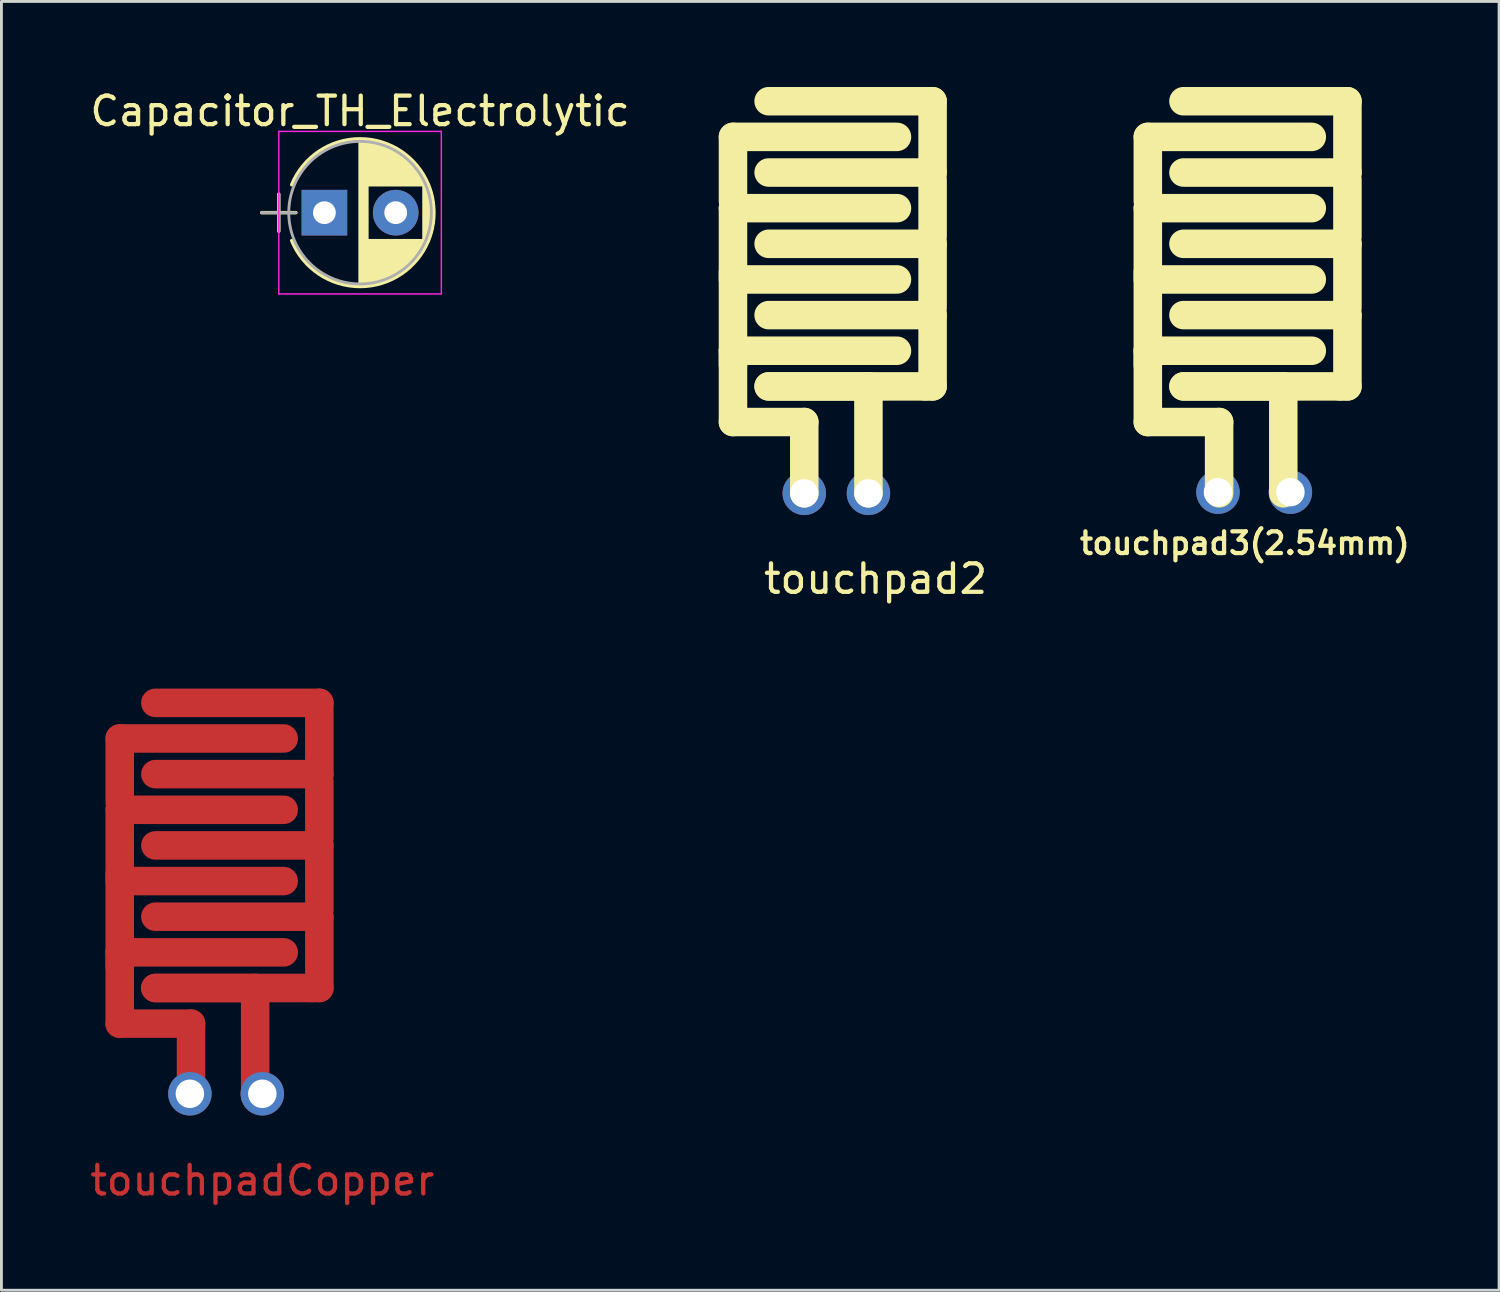
<source format=kicad_pcb>
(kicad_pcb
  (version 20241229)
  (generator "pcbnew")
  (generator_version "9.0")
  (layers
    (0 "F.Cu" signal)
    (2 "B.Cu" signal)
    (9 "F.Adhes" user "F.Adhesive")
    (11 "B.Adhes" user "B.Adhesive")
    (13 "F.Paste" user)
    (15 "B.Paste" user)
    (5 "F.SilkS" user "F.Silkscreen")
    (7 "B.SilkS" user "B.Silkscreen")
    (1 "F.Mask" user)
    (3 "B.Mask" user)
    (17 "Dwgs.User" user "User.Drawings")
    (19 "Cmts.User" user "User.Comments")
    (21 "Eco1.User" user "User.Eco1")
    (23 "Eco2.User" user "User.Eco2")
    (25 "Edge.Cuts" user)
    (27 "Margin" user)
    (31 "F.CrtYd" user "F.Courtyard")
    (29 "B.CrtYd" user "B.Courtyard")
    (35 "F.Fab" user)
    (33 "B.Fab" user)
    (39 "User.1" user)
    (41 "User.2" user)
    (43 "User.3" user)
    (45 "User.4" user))
  (footprint "touchpad2"
    (layer "F.Cu")
    (at 27.655 16.75)
    (property "Reference" "touchpad2" (at 0 0.5 0) (layer "F.SilkS") (effects (font (size 1 1) (thickness 0.15))))
    (attr through_hole)
    (fp_line (start -5 -15) (end 0.75 -15) (stroke (width 1) (type solid)) (layer "F.SilkS"))
    (fp_line (start -5 -12.75) (end -5 -15) (stroke (width 1) (type solid)) (layer "F.SilkS"))
    (fp_line (start -5 -12.5) (end 0.75 -12.5) (stroke (width 1) (type solid)) (layer "F.SilkS"))
    (fp_line (start -5 -10) (end -5 -12.5) (stroke (width 1) (type solid)) (layer "F.SilkS"))
    (fp_line (start -5 -7.5) (end 0.75 -7.5) (stroke (width 1) (type solid)) (layer "F.SilkS"))
    (fp_line (start -5 -7) (end -5 -10.25) (stroke (width 1) (type solid)) (layer "F.SilkS"))
    (fp_line (start -5 -5) (end -5 -7.5) (stroke (width 1) (type solid)) (layer "F.SilkS"))
    (fp_line (start -3.75 -8.75) (end 2 -8.75) (stroke (width 1) (type solid)) (layer "F.SilkS"))
    (fp_line (start -3.75 -6.25) (end 1.75 -6.25) (stroke (width 1) (type solid)) (layer "F.SilkS"))
    (fp_line (start -2.5 -5) (end -5 -5) (stroke (width 1) (type solid)) (layer "F.SilkS"))
    (fp_line (start -2.5 -2.5) (end -2.5 -5) (stroke (width 1) (type solid)) (layer "F.SilkS"))
    (fp_line (start -0.25 -6.25) (end -3.75 -6.25) (stroke (width 1) (type solid)) (layer "F.SilkS"))
    (fp_line (start -0.25 -2.5) (end -0.25 -6.25) (stroke (width 1) (type solid)) (layer "F.SilkS"))
    (fp_line (start 0.75 -10) (end -4.75 -10) (stroke (width 1) (type solid)) (layer "F.SilkS"))
    (fp_line (start 1.75 -6.25) (end 2 -6.25) (stroke (width 1) (type solid)) (layer "F.SilkS"))
    (fp_line (start 2 -16.25) (end -3.75 -16.25) (stroke (width 1) (type solid)) (layer "F.SilkS"))
    (fp_line (start 2 -13.75) (end -3.75 -13.75) (stroke (width 1) (type solid)) (layer "F.SilkS"))
    (fp_line (start 2 -13.75) (end 2 -16.25) (stroke (width 1) (type solid)) (layer "F.SilkS"))
    (fp_line (start 2 -11.5) (end 2 -13.5) (stroke (width 1) (type solid)) (layer "F.SilkS"))
    (fp_line (start 2 -11.25) (end -3.75 -11.25) (stroke (width 1) (type solid)) (layer "F.SilkS"))
    (fp_line (start 2 -9) (end 2 -11.25) (stroke (width 1) (type solid)) (layer "F.SilkS"))
    (fp_line (start 2 -6.25) (end 2 -8.75) (stroke (width 1) (type solid)) (layer "F.SilkS"))
    (pad "2" thru_hole circle (at -2.5 -2.5 0.05) (size 1.524 1.524) (drill 1) (layers "*.Cu" "*.Mask"))
    (pad "3" thru_hole circle (at -0.25 -2.5 0.05) (size 1.524 1.524) (drill 1) (layers "*.Cu" "*.Mask")))
  (footprint "touchpad3(2.54mm)"
    (layer "F.Cu")
    (at 42.203 16.75)
    (property "Reference" "touchpad3(2.54mm)" (at -1.6 -0.75 0) (layer "F.SilkS") (effects (font (size 0.762 0.762) (thickness 0.15))))
    (attr through_hole)
    (fp_line (start -5 -15) (end 0.75 -15) (stroke (width 1) (type solid)) (layer "F.SilkS"))
    (fp_line (start -5 -12.75) (end -5 -15) (stroke (width 1) (type solid)) (layer "F.SilkS"))
    (fp_line (start -5 -12.5) (end 0.75 -12.5) (stroke (width 1) (type solid)) (layer "F.SilkS"))
    (fp_line (start -5 -10) (end -5 -12.5) (stroke (width 1) (type solid)) (layer "F.SilkS"))
    (fp_line (start -5 -7.5) (end 0.75 -7.5) (stroke (width 1) (type solid)) (layer "F.SilkS"))
    (fp_line (start -5 -7) (end -5 -10.25) (stroke (width 1) (type solid)) (layer "F.SilkS"))
    (fp_line (start -5 -5) (end -5 -7.5) (stroke (width 1) (type solid)) (layer "F.SilkS"))
    (fp_line (start -3.75 -8.75) (end 2 -8.75) (stroke (width 1) (type solid)) (layer "F.SilkS"))
    (fp_line (start -3.75 -6.25) (end 1.75 -6.25) (stroke (width 1) (type solid)) (layer "F.SilkS"))
    (fp_line (start -2.5 -5) (end -5 -5) (stroke (width 1) (type solid)) (layer "F.SilkS"))
    (fp_line (start -2.5 -2.5) (end -2.5 -5) (stroke (width 1) (type solid)) (layer "F.SilkS"))
    (fp_line (start -0.25 -6.25) (end -3.75 -6.25) (stroke (width 1) (type solid)) (layer "F.SilkS"))
    (fp_line (start -0.25 -2.5) (end -0.25 -6.25) (stroke (width 1) (type solid)) (layer "F.SilkS"))
    (fp_line (start 0.75 -10) (end -4.75 -10) (stroke (width 1) (type solid)) (layer "F.SilkS"))
    (fp_line (start 1.75 -6.25) (end 2 -6.25) (stroke (width 1) (type solid)) (layer "F.SilkS"))
    (fp_line (start 2 -16.25) (end -3.75 -16.25) (stroke (width 1) (type solid)) (layer "F.SilkS"))
    (fp_line (start 2 -13.75) (end -3.75 -13.75) (stroke (width 1) (type solid)) (layer "F.SilkS"))
    (fp_line (start 2 -13.75) (end 2 -16.25) (stroke (width 1) (type solid)) (layer "F.SilkS"))
    (fp_line (start 2 -11.5) (end 2 -13.5) (stroke (width 1) (type solid)) (layer "F.SilkS"))
    (fp_line (start 2 -11.25) (end -3.75 -11.25) (stroke (width 1) (type solid)) (layer "F.SilkS"))
    (fp_line (start 2 -9) (end 2 -11.25) (stroke (width 1) (type solid)) (layer "F.SilkS"))
    (fp_line (start 2 -6.25) (end 2 -8.75) (stroke (width 1) (type solid)) (layer "F.SilkS"))
    (pad "1" thru_hole circle (at 0 -2.54 0.05) (size 1.524 1.524) (drill 1) (layers "*.Cu" "*.Mask"))
    (pad "2" thru_hole circle (at -2.54 -2.54 0.05) (size 1.524 1.524) (drill 1) (layers "*.Cu" "*.Mask")))
  (footprint "Capacitor_TH_Electrolytic"
    (layer "F.Cu")
    (at 8.327 4.408)
    (property "Reference" "Capacitor_TH_Electrolytic" (at 1.25 -3.56 0) (layer "F.SilkS") (effects (font (size 1 1) (thickness 0.15))))
    (attr through_hole)
    (fp_line (start -2.2 0) (end -1 0) (stroke (width 0.12) (type solid)) (layer "F.SilkS"))
    (fp_line (start -1.6 -0.65) (end -1.6 0.65) (stroke (width 0.12) (type solid)) (layer "F.SilkS"))
    (fp_line (start 1.25 -2.55) (end 1.25 2.55) (stroke (width 0.12) (type solid)) (layer "F.SilkS"))
    (fp_line (start 1.29 -2.55) (end 1.29 2.55) (stroke (width 0.12) (type solid)) (layer "F.SilkS"))
    (fp_line (start 1.33 -2.549) (end 1.33 2.549) (stroke (width 0.12) (type solid)) (layer "F.SilkS"))
    (fp_line (start 1.37 -2.548) (end 1.37 2.548) (stroke (width 0.12) (type solid)) (layer "F.SilkS"))
    (fp_line (start 1.41 -2.546) (end 1.41 2.546) (stroke (width 0.12) (type solid)) (layer "F.SilkS"))
    (fp_line (start 1.45 -2.543) (end 1.45 2.543) (stroke (width 0.12) (type solid)) (layer "F.SilkS"))
    (fp_line (start 1.49 -2.539) (end 1.49 2.539) (stroke (width 0.12) (type solid)) (layer "F.SilkS"))
    (fp_line (start 1.53 -2.535) (end 1.53 -0.98) (stroke (width 0.12) (type solid)) (layer "F.SilkS"))
    (fp_line (start 1.53 0.98) (end 1.53 2.535) (stroke (width 0.12) (type solid)) (layer "F.SilkS"))
    (fp_line (start 1.57 -2.531) (end 1.57 -0.98) (stroke (width 0.12) (type solid)) (layer "F.SilkS"))
    (fp_line (start 1.57 0.98) (end 1.57 2.531) (stroke (width 0.12) (type solid)) (layer "F.SilkS"))
    (fp_line (start 1.61 -2.525) (end 1.61 -0.98) (stroke (width 0.12) (type solid)) (layer "F.SilkS"))
    (fp_line (start 1.61 0.98) (end 1.61 2.525) (stroke (width 0.12) (type solid)) (layer "F.SilkS"))
    (fp_line (start 1.65 -2.519) (end 1.65 -0.98) (stroke (width 0.12) (type solid)) (layer "F.SilkS"))
    (fp_line (start 1.65 0.98) (end 1.65 2.519) (stroke (width 0.12) (type solid)) (layer "F.SilkS"))
    (fp_line (start 1.69 -2.513) (end 1.69 -0.98) (stroke (width 0.12) (type solid)) (layer "F.SilkS"))
    (fp_line (start 1.69 0.98) (end 1.69 2.513) (stroke (width 0.12) (type solid)) (layer "F.SilkS"))
    (fp_line (start 1.73 -2.506) (end 1.73 -0.98) (stroke (width 0.12) (type solid)) (layer "F.SilkS"))
    (fp_line (start 1.73 0.98) (end 1.73 2.506) (stroke (width 0.12) (type solid)) (layer "F.SilkS"))
    (fp_line (start 1.77 -2.498) (end 1.77 -0.98) (stroke (width 0.12) (type solid)) (layer "F.SilkS"))
    (fp_line (start 1.77 0.98) (end 1.77 2.498) (stroke (width 0.12) (type solid)) (layer "F.SilkS"))
    (fp_line (start 1.81 -2.489) (end 1.81 -0.98) (stroke (width 0.12) (type solid)) (layer "F.SilkS"))
    (fp_line (start 1.81 0.98) (end 1.81 2.489) (stroke (width 0.12) (type solid)) (layer "F.SilkS"))
    (fp_line (start 1.85 -2.48) (end 1.85 -0.98) (stroke (width 0.12) (type solid)) (layer "F.SilkS"))
    (fp_line (start 1.85 0.98) (end 1.85 2.48) (stroke (width 0.12) (type solid)) (layer "F.SilkS"))
    (fp_line (start 1.89 -2.47) (end 1.89 -0.98) (stroke (width 0.12) (type solid)) (layer "F.SilkS"))
    (fp_line (start 1.89 0.98) (end 1.89 2.47) (stroke (width 0.12) (type solid)) (layer "F.SilkS"))
    (fp_line (start 1.93 -2.46) (end 1.93 -0.98) (stroke (width 0.12) (type solid)) (layer "F.SilkS"))
    (fp_line (start 1.93 0.98) (end 1.93 2.46) (stroke (width 0.12) (type solid)) (layer "F.SilkS"))
    (fp_line (start 1.971 -2.448) (end 1.971 -0.98) (stroke (width 0.12) (type solid)) (layer "F.SilkS"))
    (fp_line (start 1.971 0.98) (end 1.971 2.448) (stroke (width 0.12) (type solid)) (layer "F.SilkS"))
    (fp_line (start 2.011 -2.436) (end 2.011 -0.98) (stroke (width 0.12) (type solid)) (layer "F.SilkS"))
    (fp_line (start 2.011 0.98) (end 2.011 2.436) (stroke (width 0.12) (type solid)) (layer "F.SilkS"))
    (fp_line (start 2.051 -2.424) (end 2.051 -0.98) (stroke (width 0.12) (type solid)) (layer "F.SilkS"))
    (fp_line (start 2.051 0.98) (end 2.051 2.424) (stroke (width 0.12) (type solid)) (layer "F.SilkS"))
    (fp_line (start 2.091 -2.41) (end 2.091 -0.98) (stroke (width 0.12) (type solid)) (layer "F.SilkS"))
    (fp_line (start 2.091 0.98) (end 2.091 2.41) (stroke (width 0.12) (type solid)) (layer "F.SilkS"))
    (fp_line (start 2.131 -2.396) (end 2.131 -0.98) (stroke (width 0.12) (type solid)) (layer "F.SilkS"))
    (fp_line (start 2.131 0.98) (end 2.131 2.396) (stroke (width 0.12) (type solid)) (layer "F.SilkS"))
    (fp_line (start 2.171 -2.382) (end 2.171 -0.98) (stroke (width 0.12) (type solid)) (layer "F.SilkS"))
    (fp_line (start 2.171 0.98) (end 2.171 2.382) (stroke (width 0.12) (type solid)) (layer "F.SilkS"))
    (fp_line (start 2.211 -2.366) (end 2.211 -0.98) (stroke (width 0.12) (type solid)) (layer "F.SilkS"))
    (fp_line (start 2.211 0.98) (end 2.211 2.366) (stroke (width 0.12) (type solid)) (layer "F.SilkS"))
    (fp_line (start 2.251 -2.35) (end 2.251 -0.98) (stroke (width 0.12) (type solid)) (layer "F.SilkS"))
    (fp_line (start 2.251 0.98) (end 2.251 2.35) (stroke (width 0.12) (type solid)) (layer "F.SilkS"))
    (fp_line (start 2.291 -2.333) (end 2.291 -0.98) (stroke (width 0.12) (type solid)) (layer "F.SilkS"))
    (fp_line (start 2.291 0.98) (end 2.291 2.333) (stroke (width 0.12) (type solid)) (layer "F.SilkS"))
    (fp_line (start 2.331 -2.315) (end 2.331 -0.98) (stroke (width 0.12) (type solid)) (layer "F.SilkS"))
    (fp_line (start 2.331 0.98) (end 2.331 2.315) (stroke (width 0.12) (type solid)) (layer "F.SilkS"))
    (fp_line (start 2.371 -2.296) (end 2.371 -0.98) (stroke (width 0.12) (type solid)) (layer "F.SilkS"))
    (fp_line (start 2.371 0.98) (end 2.371 2.296) (stroke (width 0.12) (type solid)) (layer "F.SilkS"))
    (fp_line (start 2.411 -2.276) (end 2.411 -0.98) (stroke (width 0.12) (type solid)) (layer "F.SilkS"))
    (fp_line (start 2.411 0.98) (end 2.411 2.276) (stroke (width 0.12) (type solid)) (layer "F.SilkS"))
    (fp_line (start 2.451 -2.256) (end 2.451 -0.98) (stroke (width 0.12) (type solid)) (layer "F.SilkS"))
    (fp_line (start 2.451 0.98) (end 2.451 2.256) (stroke (width 0.12) (type solid)) (layer "F.SilkS"))
    (fp_line (start 2.491 -2.234) (end 2.491 -0.98) (stroke (width 0.12) (type solid)) (layer "F.SilkS"))
    (fp_line (start 2.491 0.98) (end 2.491 2.234) (stroke (width 0.12) (type solid)) (layer "F.SilkS"))
    (fp_line (start 2.531 -2.212) (end 2.531 -0.98) (stroke (width 0.12) (type solid)) (layer "F.SilkS"))
    (fp_line (start 2.531 0.98) (end 2.531 2.212) (stroke (width 0.12) (type solid)) (layer "F.SilkS"))
    (fp_line (start 2.571 -2.189) (end 2.571 -0.98) (stroke (width 0.12) (type solid)) (layer "F.SilkS"))
    (fp_line (start 2.571 0.98) (end 2.571 2.189) (stroke (width 0.12) (type solid)) (layer "F.SilkS"))
    (fp_line (start 2.611 -2.165) (end 2.611 -0.98) (stroke (width 0.12) (type solid)) (layer "F.SilkS"))
    (fp_line (start 2.611 0.98) (end 2.611 2.165) (stroke (width 0.12) (type solid)) (layer "F.SilkS"))
    (fp_line (start 2.651 -2.14) (end 2.651 -0.98) (stroke (width 0.12) (type solid)) (layer "F.SilkS"))
    (fp_line (start 2.651 0.98) (end 2.651 2.14) (stroke (width 0.12) (type solid)) (layer "F.SilkS"))
    (fp_line (start 2.691 -2.113) (end 2.691 -0.98) (stroke (width 0.12) (type solid)) (layer "F.SilkS"))
    (fp_line (start 2.691 0.98) (end 2.691 2.113) (stroke (width 0.12) (type solid)) (layer "F.SilkS"))
    (fp_line (start 2.731 -2.086) (end 2.731 -0.98) (stroke (width 0.12) (type solid)) (layer "F.SilkS"))
    (fp_line (start 2.731 0.98) (end 2.731 2.086) (stroke (width 0.12) (type solid)) (layer "F.SilkS"))
    (fp_line (start 2.771 -2.058) (end 2.771 -0.98) (stroke (width 0.12) (type solid)) (layer "F.SilkS"))
    (fp_line (start 2.771 0.98) (end 2.771 2.058) (stroke (width 0.12) (type solid)) (layer "F.SilkS"))
    (fp_line (start 2.811 -2.028) (end 2.811 -0.98) (stroke (width 0.12) (type solid)) (layer "F.SilkS"))
    (fp_line (start 2.811 0.98) (end 2.811 2.028) (stroke (width 0.12) (type solid)) (layer "F.SilkS"))
    (fp_line (start 2.851 -1.997) (end 2.851 -0.98) (stroke (width 0.12) (type solid)) (layer "F.SilkS"))
    (fp_line (start 2.851 0.98) (end 2.851 1.997) (stroke (width 0.12) (type solid)) (layer "F.SilkS"))
    (fp_line (start 2.891 -1.965) (end 2.891 -0.98) (stroke (width 0.12) (type solid)) (layer "F.SilkS"))
    (fp_line (start 2.891 0.98) (end 2.891 1.965) (stroke (width 0.12) (type solid)) (layer "F.SilkS"))
    (fp_line (start 2.931 -1.932) (end 2.931 -0.98) (stroke (width 0.12) (type solid)) (layer "F.SilkS"))
    (fp_line (start 2.931 0.98) (end 2.931 1.932) (stroke (width 0.12) (type solid)) (layer "F.SilkS"))
    (fp_line (start 2.971 -1.897) (end 2.971 -0.98) (stroke (width 0.12) (type solid)) (layer "F.SilkS"))
    (fp_line (start 2.971 0.98) (end 2.971 1.897) (stroke (width 0.12) (type solid)) (layer "F.SilkS"))
    (fp_line (start 3.011 -1.861) (end 3.011 -0.98) (stroke (width 0.12) (type solid)) (layer "F.SilkS"))
    (fp_line (start 3.011 0.98) (end 3.011 1.861) (stroke (width 0.12) (type solid)) (layer "F.SilkS"))
    (fp_line (start 3.051 -1.823) (end 3.051 -0.98) (stroke (width 0.12) (type solid)) (layer "F.SilkS"))
    (fp_line (start 3.051 0.98) (end 3.051 1.823) (stroke (width 0.12) (type solid)) (layer "F.SilkS"))
    (fp_line (start 3.091 -1.783) (end 3.091 -0.98) (stroke (width 0.12) (type solid)) (layer "F.SilkS"))
    (fp_line (start 3.091 0.98) (end 3.091 1.783) (stroke (width 0.12) (type solid)) (layer "F.SilkS"))
    (fp_line (start 3.131 -1.742) (end 3.131 -0.98) (stroke (width 0.12) (type solid)) (layer "F.SilkS"))
    (fp_line (start 3.131 0.98) (end 3.131 1.742) (stroke (width 0.12) (type solid)) (layer "F.SilkS"))
    (fp_line (start 3.171 -1.699) (end 3.171 -0.98) (stroke (width 0.12) (type solid)) (layer "F.SilkS"))
    (fp_line (start 3.171 0.98) (end 3.171 1.699) (stroke (width 0.12) (type solid)) (layer "F.SilkS"))
    (fp_line (start 3.211 -1.654) (end 3.211 -0.98) (stroke (width 0.12) (type solid)) (layer "F.SilkS"))
    (fp_line (start 3.211 0.98) (end 3.211 1.654) (stroke (width 0.12) (type solid)) (layer "F.SilkS"))
    (fp_line (start 3.251 -1.606) (end 3.251 -0.98) (stroke (width 0.12) (type solid)) (layer "F.SilkS"))
    (fp_line (start 3.251 0.98) (end 3.251 1.606) (stroke (width 0.12) (type solid)) (layer "F.SilkS"))
    (fp_line (start 3.291 -1.556) (end 3.291 -0.98) (stroke (width 0.12) (type solid)) (layer "F.SilkS"))
    (fp_line (start 3.291 0.98) (end 3.291 1.556) (stroke (width 0.12) (type solid)) (layer "F.SilkS"))
    (fp_line (start 3.331 -1.504) (end 3.331 -0.98) (stroke (width 0.12) (type solid)) (layer "F.SilkS"))
    (fp_line (start 3.331 0.98) (end 3.331 1.504) (stroke (width 0.12) (type solid)) (layer "F.SilkS"))
    (fp_line (start 3.371 -1.448) (end 3.371 -0.98) (stroke (width 0.12) (type solid)) (layer "F.SilkS"))
    (fp_line (start 3.371 0.98) (end 3.371 1.448) (stroke (width 0.12) (type solid)) (layer "F.SilkS"))
    (fp_line (start 3.411 -1.39) (end 3.411 -0.98) (stroke (width 0.12) (type solid)) (layer "F.SilkS"))
    (fp_line (start 3.411 0.98) (end 3.411 1.39) (stroke (width 0.12) (type solid)) (layer "F.SilkS"))
    (fp_line (start 3.451 -1.327) (end 3.451 -0.98) (stroke (width 0.12) (type solid)) (layer "F.SilkS"))
    (fp_line (start 3.451 0.98) (end 3.451 1.327) (stroke (width 0.12) (type solid)) (layer "F.SilkS"))
    (fp_line (start 3.491 -1.261) (end 3.491 1.261) (stroke (width 0.12) (type solid)) (layer "F.SilkS"))
    (fp_line (start 3.531 -1.189) (end 3.531 1.189) (stroke (width 0.12) (type solid)) (layer "F.SilkS"))
    (fp_line (start 3.571 -1.112) (end 3.571 1.112) (stroke (width 0.12) (type solid)) (layer "F.SilkS"))
    (fp_line (start 3.611 -1.028) (end 3.611 1.028) (stroke (width 0.12) (type solid)) (layer "F.SilkS"))
    (fp_line (start 3.651 -0.934) (end 3.651 0.934) (stroke (width 0.12) (type solid)) (layer "F.SilkS"))
    (fp_line (start 3.691 -0.829) (end 3.691 0.829) (stroke (width 0.12) (type solid)) (layer "F.SilkS"))
    (fp_line (start 3.731 -0.707) (end 3.731 0.707) (stroke (width 0.12) (type solid)) (layer "F.SilkS"))
    (fp_line (start 3.771 -0.559) (end 3.771 0.559) (stroke (width 0.12) (type solid)) (layer "F.SilkS"))
    (fp_line (start 3.811 -0.354) (end 3.811 0.354) (stroke (width 0.12) (type solid)) (layer "F.SilkS"))
    (fp_arc (start -1.147436 -0.98) (mid 1.249244 -2.59) (end 3.646863 -0.9814) (stroke (width 0.12) (type solid)) (layer "F.SilkS"))
    (fp_arc (start 3.646863 0.9814) (mid 1.249244 2.59) (end -1.147436 0.98) (stroke (width 0.12) (type solid)) (layer "F.SilkS"))
    (fp_arc (start 3.647436 -0.98) (mid 3.84 0.000756) (end 3.646863 0.9814) (stroke (width 0.12) (type solid)) (layer "F.SilkS"))
    (fp_line (start -1.6 -2.85) (end -1.6 2.85) (stroke (width 0.05) (type solid)) (layer "F.CrtYd"))
    (fp_line (start -1.6 2.85) (end 4.1 2.85) (stroke (width 0.05) (type solid)) (layer "F.CrtYd"))
    (fp_line (start 4.1 -2.85) (end -1.6 -2.85) (stroke (width 0.05) (type solid)) (layer "F.CrtYd"))
    (fp_line (start 4.1 2.85) (end 4.1 -2.85) (stroke (width 0.05) (type solid)) (layer "F.CrtYd"))
    (fp_line (start -2.2 0) (end -1 0) (stroke (width 0.1) (type solid)) (layer "F.Fab"))
    (fp_line (start -1.6 -0.65) (end -1.6 0.65) (stroke (width 0.1) (type solid)) (layer "F.Fab"))
    (fp_circle (center 1.25 0) (end 3.75 0) (stroke (width 0.1) (type solid)) (fill no) (layer "F.Fab"))
    (pad "+" thru_hole rect (at 0 0) (size 1.6 1.6) (drill 0.8) (layers "*.Cu" "*.Mask"))
    (pad "-" thru_hole circle (at 2.5 0) (size 1.6 1.6) (drill 0.8) (layers "*.Cu" "*.Mask")))
  (footprint "touchpadCopper"
    (layer "F.Cu")
    (at 6.149 37.848)
    (property "Reference" "touchpadCopper" (at 0 0.5 0) (layer "F.Cu") (effects (font (size 1 1) (thickness 0.15))))
    (attr through_hole)
    (fp_line (start -5 -15) (end 0.75 -15) (stroke (width 1) (type solid)) (layer "F.Cu"))
    (fp_line (start -5 -12.75) (end -5 -15) (stroke (width 1) (type solid)) (layer "F.Cu"))
    (fp_line (start -5 -12.5) (end 0.75 -12.5) (stroke (width 1) (type solid)) (layer "F.Cu"))
    (fp_line (start -5 -10) (end -5 -12.5) (stroke (width 1) (type solid)) (layer "F.Cu"))
    (fp_line (start -5 -7.5) (end 0.75 -7.5) (stroke (width 1) (type solid)) (layer "F.Cu"))
    (fp_line (start -5 -7) (end -5 -10.25) (stroke (width 1) (type solid)) (layer "F.Cu"))
    (fp_line (start -5 -5) (end -5 -7.5) (stroke (width 1) (type solid)) (layer "F.Cu"))
    (fp_line (start -3.75 -8.75) (end 2 -8.75) (stroke (width 1) (type solid)) (layer "F.Cu"))
    (fp_line (start -3.75 -6.25) (end 1.75 -6.25) (stroke (width 1) (type solid)) (layer "F.Cu"))
    (fp_line (start -2.5 -5) (end -5 -5) (stroke (width 1) (type solid)) (layer "F.Cu"))
    (fp_line (start -2.5 -2.5) (end -2.5 -5) (stroke (width 1) (type solid)) (layer "F.Cu"))
    (fp_line (start -0.25 -6.25) (end -3.75 -6.25) (stroke (width 1) (type solid)) (layer "F.Cu"))
    (fp_line (start -0.25 -2.5) (end -0.25 -6.25) (stroke (width 1) (type solid)) (layer "F.Cu"))
    (fp_line (start 0.75 -10) (end -4.75 -10) (stroke (width 1) (type solid)) (layer "F.Cu"))
    (fp_line (start 1.75 -6.25) (end 2 -6.25) (stroke (width 1) (type solid)) (layer "F.Cu"))
    (fp_line (start 2 -16.25) (end -3.75 -16.25) (stroke (width 1) (type solid)) (layer "F.Cu"))
    (fp_line (start 2 -13.75) (end -3.75 -13.75) (stroke (width 1) (type solid)) (layer "F.Cu"))
    (fp_line (start 2 -13.75) (end 2 -16.25) (stroke (width 1) (type solid)) (layer "F.Cu"))
    (fp_line (start 2 -11.5) (end 2 -13.5) (stroke (width 1) (type solid)) (layer "F.Cu"))
    (fp_line (start 2 -11.25) (end -3.75 -11.25) (stroke (width 1) (type solid)) (layer "F.Cu"))
    (fp_line (start 2 -9) (end 2 -11.25) (stroke (width 1) (type solid)) (layer "F.Cu"))
    (fp_line (start 2 -6.25) (end 2 -8.75) (stroke (width 1) (type solid)) (layer "F.Cu"))
    (pad "1" thru_hole circle (at -2.54 -2.54 0.05) (size 1.524 1.524) (drill 1) (layers "*.Cu" "*.Mask"))
    (pad "2" thru_hole circle (at 0 -2.54 0.05) (size 1.524 1.524) (drill 1) (layers "*.Cu" "*.Mask")))
  (gr_rect
    (start -3 -3)
    (end 49.521 42.197)
    (stroke (width 0.1) (type default))
    (fill no)
    (layer "Edge.Cuts")))
</source>
